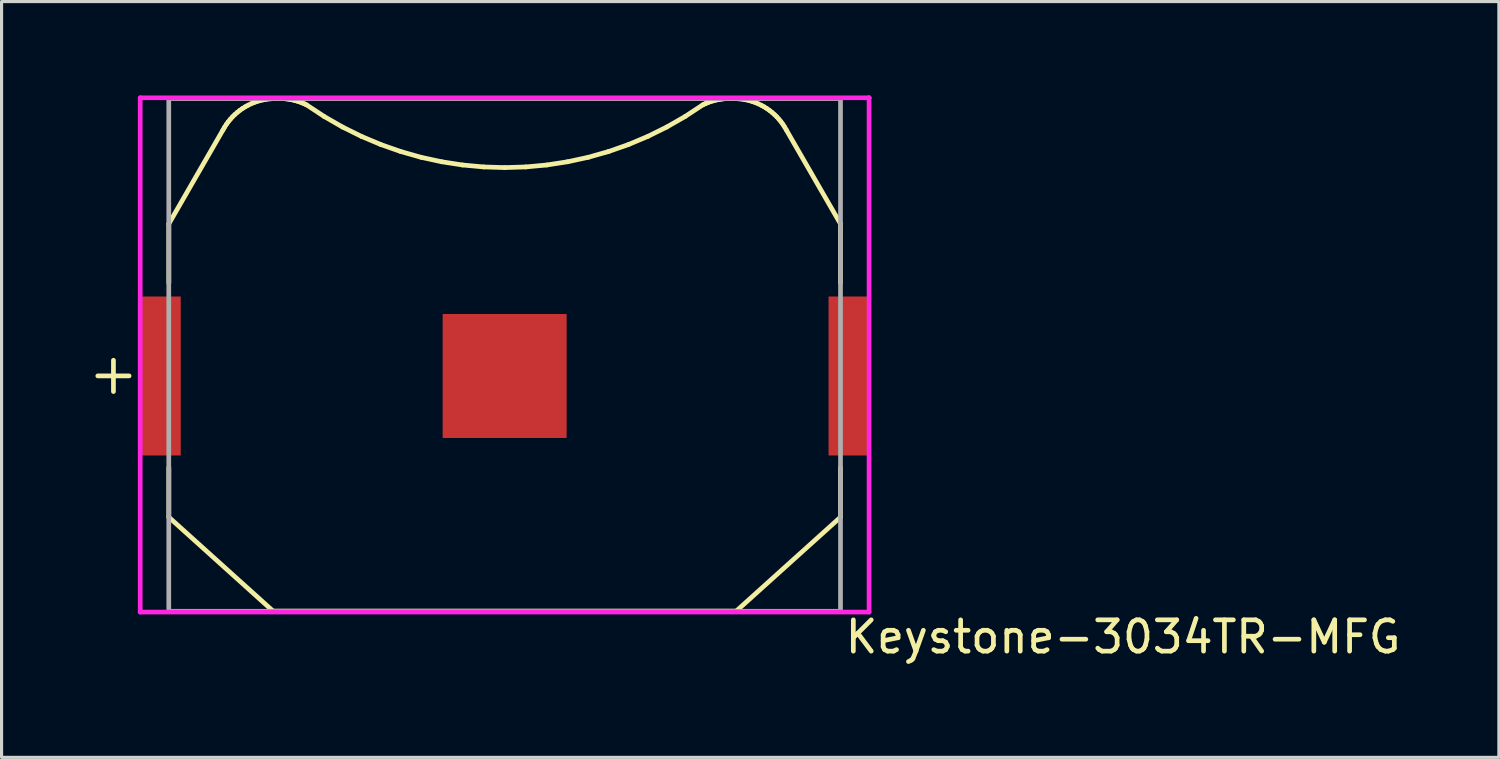
<source format=kicad_pcb>
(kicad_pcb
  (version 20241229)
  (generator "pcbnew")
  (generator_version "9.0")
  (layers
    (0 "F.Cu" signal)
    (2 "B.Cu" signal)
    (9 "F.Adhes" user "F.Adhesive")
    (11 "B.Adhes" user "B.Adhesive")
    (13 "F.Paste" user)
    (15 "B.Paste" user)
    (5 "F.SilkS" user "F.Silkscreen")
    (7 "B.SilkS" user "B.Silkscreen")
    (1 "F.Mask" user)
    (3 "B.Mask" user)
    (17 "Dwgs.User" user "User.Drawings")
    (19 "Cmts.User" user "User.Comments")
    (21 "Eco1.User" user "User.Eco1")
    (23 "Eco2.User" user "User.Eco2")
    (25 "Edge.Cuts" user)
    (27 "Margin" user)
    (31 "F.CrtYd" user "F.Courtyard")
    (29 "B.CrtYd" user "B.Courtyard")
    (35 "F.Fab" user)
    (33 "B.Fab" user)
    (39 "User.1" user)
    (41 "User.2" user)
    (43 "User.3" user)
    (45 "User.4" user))
  (footprint "Keystone-3034TR-MFG"
    (layer "F.Cu")
    (at 13.075 8.291)
    (property "Reference" "Keystone-3034TR-MFG" (at 10.805 9.01 180) (layer "F.SilkS") (effects (font (size 1 1) (thickness 0.15)) (justify left)))
    (attr through_hole)
    (fp_line (start -13 0.67) (end -12 0.67) (stroke (width 0.15) (type solid)) (layer "F.SilkS"))
    (fp_line (start -12.5 0.17) (end -12.5 1.17) (stroke (width 0.15) (type solid)) (layer "F.SilkS"))
    (fp_line (start -10.73 -4.19) (end -10.73 -2.3) (stroke (width 0.15) (type solid)) (layer "F.SilkS"))
    (fp_line (start -10.73 3.6) (end -10.73 5.185) (stroke (width 0.15) (type solid)) (layer "F.SilkS"))
    (fp_line (start -9 -7.19) (end -10.73 -4.19) (stroke (width 0.15) (type solid)) (layer "F.SilkS"))
    (fp_line (start -8.948 -7.28) (end -9 -7.19) (stroke (width 0.15) (type solid)) (layer "F.SilkS"))
    (fp_line (start -8.892 -7.367) (end -8.948 -7.28) (stroke (width 0.15) (type solid)) (layer "F.SilkS"))
    (fp_line (start -8.831 -7.451) (end -8.892 -7.367) (stroke (width 0.15) (type solid)) (layer "F.SilkS"))
    (fp_line (start -8.765 -7.531) (end -8.831 -7.451) (stroke (width 0.15) (type solid)) (layer "F.SilkS"))
    (fp_line (start -8.696 -7.608) (end -8.765 -7.531) (stroke (width 0.15) (type solid)) (layer "F.SilkS"))
    (fp_line (start -8.622 -7.68) (end -8.696 -7.608) (stroke (width 0.15) (type solid)) (layer "F.SilkS"))
    (fp_line (start -8.544 -7.749) (end -8.622 -7.68) (stroke (width 0.15) (type solid)) (layer "F.SilkS"))
    (fp_line (start -8.463 -7.813) (end -8.544 -7.749) (stroke (width 0.15) (type solid)) (layer "F.SilkS"))
    (fp_line (start -8.378 -7.873) (end -8.463 -7.813) (stroke (width 0.15) (type solid)) (layer "F.SilkS"))
    (fp_line (start -8.29 -7.928) (end -8.378 -7.873) (stroke (width 0.15) (type solid)) (layer "F.SilkS"))
    (fp_line (start -8.199 -7.978) (end -8.29 -7.928) (stroke (width 0.15) (type solid)) (layer "F.SilkS"))
    (fp_line (start -8.106 -8.023) (end -8.199 -7.978) (stroke (width 0.15) (type solid)) (layer "F.SilkS"))
    (fp_line (start -8.01 -8.063) (end -8.106 -8.023) (stroke (width 0.15) (type solid)) (layer "F.SilkS"))
    (fp_line (start -7.912 -8.098) (end -8.01 -8.063) (stroke (width 0.15) (type solid)) (layer "F.SilkS"))
    (fp_line (start -7.813 -8.127) (end -7.912 -8.098) (stroke (width 0.15) (type solid)) (layer "F.SilkS"))
    (fp_line (start -7.712 -8.151) (end -7.813 -8.127) (stroke (width 0.15) (type solid)) (layer "F.SilkS"))
    (fp_line (start -7.61 -8.169) (end -7.712 -8.151) (stroke (width 0.15) (type solid)) (layer "F.SilkS"))
    (fp_line (start -7.507 -8.182) (end -7.61 -8.169) (stroke (width 0.15) (type solid)) (layer "F.SilkS"))
    (fp_line (start -7.404 -8.189) (end -7.507 -8.182) (stroke (width 0.15) (type solid)) (layer "F.SilkS"))
    (fp_line (start -7.4 8.185) (end -10.73 5.185) (stroke (width 0.15) (type solid)) (layer "F.SilkS"))
    (fp_line (start -7.4 8.185) (end 7.4 8.185) (stroke (width 0.15) (type solid)) (layer "F.SilkS"))
    (fp_line (start -7.3 -8.19) (end -7.404 -8.189) (stroke (width 0.15) (type solid)) (layer "F.SilkS"))
    (fp_line (start -7.25 -8.192) (end -7.3 -8.19) (stroke (width 0.15) (type solid)) (layer "F.SilkS"))
    (fp_line (start -7.2 -8.193) (end -7.25 -8.192) (stroke (width 0.15) (type solid)) (layer "F.SilkS"))
    (fp_line (start -7.15 -8.193) (end -7.2 -8.193) (stroke (width 0.15) (type solid)) (layer "F.SilkS"))
    (fp_line (start -7.1 -8.192) (end -7.15 -8.193) (stroke (width 0.15) (type solid)) (layer "F.SilkS"))
    (fp_line (start -7.05 -8.189) (end -7.1 -8.192) (stroke (width 0.15) (type solid)) (layer "F.SilkS"))
    (fp_line (start -7 -8.184) (end -7.05 -8.189) (stroke (width 0.15) (type solid)) (layer "F.SilkS"))
    (fp_line (start -6.95 -8.179) (end -7 -8.184) (stroke (width 0.15) (type solid)) (layer "F.SilkS"))
    (fp_line (start -6.9 -8.172) (end -6.95 -8.179) (stroke (width 0.15) (type solid)) (layer "F.SilkS"))
    (fp_line (start -6.851 -8.164) (end -6.9 -8.172) (stroke (width 0.15) (type solid)) (layer "F.SilkS"))
    (fp_line (start -6.802 -8.154) (end -6.851 -8.164) (stroke (width 0.15) (type solid)) (layer "F.SilkS"))
    (fp_line (start -6.753 -8.144) (end -6.802 -8.154) (stroke (width 0.15) (type solid)) (layer "F.SilkS"))
    (fp_line (start -6.704 -8.132) (end -6.753 -8.144) (stroke (width 0.15) (type solid)) (layer "F.SilkS"))
    (fp_line (start -6.656 -8.118) (end -6.704 -8.132) (stroke (width 0.15) (type solid)) (layer "F.SilkS"))
    (fp_line (start -6.608 -8.104) (end -6.656 -8.118) (stroke (width 0.15) (type solid)) (layer "F.SilkS"))
    (fp_line (start -6.56 -8.088) (end -6.608 -8.104) (stroke (width 0.15) (type solid)) (layer "F.SilkS"))
    (fp_line (start -6.513 -8.071) (end -6.56 -8.088) (stroke (width 0.15) (type solid)) (layer "F.SilkS"))
    (fp_line (start -6.467 -8.052) (end -6.513 -8.071) (stroke (width 0.15) (type solid)) (layer "F.SilkS"))
    (fp_line (start -6.421 -8.033) (end -6.467 -8.052) (stroke (width 0.15) (type solid)) (layer "F.SilkS"))
    (fp_line (start -6.375 -8.012) (end -6.421 -8.033) (stroke (width 0.15) (type solid)) (layer "F.SilkS"))
    (fp_line (start -6.33 -7.99) (end -6.375 -8.012) (stroke (width 0.15) (type solid)) (layer "F.SilkS"))
    (fp_line (start -6.33 -7.99) (end -5.767 -7.619) (stroke (width 0.15) (type solid)) (layer "F.SilkS"))
    (fp_line (start -5.767 -7.619) (end -5.182 -7.283) (stroke (width 0.15) (type solid)) (layer "F.SilkS"))
    (fp_line (start -5.182 -7.283) (end -4.578 -6.984) (stroke (width 0.15) (type solid)) (layer "F.SilkS"))
    (fp_line (start -4.578 -6.984) (end -3.956 -6.722) (stroke (width 0.15) (type solid)) (layer "F.SilkS"))
    (fp_line (start -3.956 -6.722) (end -3.32 -6.499) (stroke (width 0.15) (type solid)) (layer "F.SilkS"))
    (fp_line (start -3.32 -6.499) (end -2.671 -6.315) (stroke (width 0.15) (type solid)) (layer "F.SilkS"))
    (fp_line (start -2.671 -6.315) (end -2.012 -6.172) (stroke (width 0.15) (type solid)) (layer "F.SilkS"))
    (fp_line (start -2.012 -6.172) (end -1.346 -6.069) (stroke (width 0.15) (type solid)) (layer "F.SilkS"))
    (fp_line (start -1.346 -6.069) (end -0.674 -6.007) (stroke (width 0.15) (type solid)) (layer "F.SilkS"))
    (fp_line (start -0.674 -6.007) (end 0.000001 -5.986) (stroke (width 0.15) (type solid)) (layer "F.SilkS"))
    (fp_line (start 0.000001 -5.986) (end 0.674 -6.007) (stroke (width 0.15) (type solid)) (layer "F.SilkS"))
    (fp_line (start 0.674 -6.007) (end 1.346 -6.069) (stroke (width 0.15) (type solid)) (layer "F.SilkS"))
    (fp_line (start 1.346 -6.069) (end 2.012 -6.172) (stroke (width 0.15) (type solid)) (layer "F.SilkS"))
    (fp_line (start 2.012 -6.172) (end 2.671 -6.315) (stroke (width 0.15) (type solid)) (layer "F.SilkS"))
    (fp_line (start 2.671 -6.315) (end 3.32 -6.499) (stroke (width 0.15) (type solid)) (layer "F.SilkS"))
    (fp_line (start 3.32 -6.499) (end 3.956 -6.722) (stroke (width 0.15) (type solid)) (layer "F.SilkS"))
    (fp_line (start 3.956 -6.722) (end 4.578 -6.984) (stroke (width 0.15) (type solid)) (layer "F.SilkS"))
    (fp_line (start 4.578 -6.984) (end 5.182 -7.283) (stroke (width 0.15) (type solid)) (layer "F.SilkS"))
    (fp_line (start 5.182 -7.283) (end 5.767 -7.619) (stroke (width 0.15) (type solid)) (layer "F.SilkS"))
    (fp_line (start 5.767 -7.619) (end 6.33 -7.99) (stroke (width 0.15) (type solid)) (layer "F.SilkS"))
    (fp_line (start 6.33 -7.99) (end 6.375 -8.012) (stroke (width 0.15) (type solid)) (layer "F.SilkS"))
    (fp_line (start 6.375 -8.012) (end 6.421 -8.033) (stroke (width 0.15) (type solid)) (layer "F.SilkS"))
    (fp_line (start 6.421 -8.033) (end 6.467 -8.052) (stroke (width 0.15) (type solid)) (layer "F.SilkS"))
    (fp_line (start 6.467 -8.052) (end 6.513 -8.071) (stroke (width 0.15) (type solid)) (layer "F.SilkS"))
    (fp_line (start 6.513 -8.071) (end 6.56 -8.088) (stroke (width 0.15) (type solid)) (layer "F.SilkS"))
    (fp_line (start 6.56 -8.088) (end 6.608 -8.104) (stroke (width 0.15) (type solid)) (layer "F.SilkS"))
    (fp_line (start 6.608 -8.104) (end 6.656 -8.118) (stroke (width 0.15) (type solid)) (layer "F.SilkS"))
    (fp_line (start 6.656 -8.118) (end 6.704 -8.132) (stroke (width 0.15) (type solid)) (layer "F.SilkS"))
    (fp_line (start 6.704 -8.132) (end 6.753 -8.144) (stroke (width 0.15) (type solid)) (layer "F.SilkS"))
    (fp_line (start 6.753 -8.144) (end 6.802 -8.154) (stroke (width 0.15) (type solid)) (layer "F.SilkS"))
    (fp_line (start 6.802 -8.154) (end 6.851 -8.164) (stroke (width 0.15) (type solid)) (layer "F.SilkS"))
    (fp_line (start 6.851 -8.164) (end 6.9 -8.172) (stroke (width 0.15) (type solid)) (layer "F.SilkS"))
    (fp_line (start 6.9 -8.172) (end 6.95 -8.179) (stroke (width 0.15) (type solid)) (layer "F.SilkS"))
    (fp_line (start 6.95 -8.179) (end 7 -8.184) (stroke (width 0.15) (type solid)) (layer "F.SilkS"))
    (fp_line (start 7 -8.184) (end 7.05 -8.189) (stroke (width 0.15) (type solid)) (layer "F.SilkS"))
    (fp_line (start 7.05 -8.189) (end 7.1 -8.192) (stroke (width 0.15) (type solid)) (layer "F.SilkS"))
    (fp_line (start 7.1 -8.192) (end 7.15 -8.193) (stroke (width 0.15) (type solid)) (layer "F.SilkS"))
    (fp_line (start 7.15 -8.193) (end 7.2 -8.193) (stroke (width 0.15) (type solid)) (layer "F.SilkS"))
    (fp_line (start 7.2 -8.193) (end 7.25 -8.192) (stroke (width 0.15) (type solid)) (layer "F.SilkS"))
    (fp_line (start 7.25 -8.192) (end 7.3 -8.19) (stroke (width 0.15) (type solid)) (layer "F.SilkS"))
    (fp_line (start 7.3 -8.19) (end 7.404 -8.189) (stroke (width 0.15) (type solid)) (layer "F.SilkS"))
    (fp_line (start 7.4 8.185) (end 10.73 5.185) (stroke (width 0.15) (type solid)) (layer "F.SilkS"))
    (fp_line (start 7.404 -8.189) (end 7.507 -8.182) (stroke (width 0.15) (type solid)) (layer "F.SilkS"))
    (fp_line (start 7.507 -8.182) (end 7.61 -8.169) (stroke (width 0.15) (type solid)) (layer "F.SilkS"))
    (fp_line (start 7.61 -8.169) (end 7.712 -8.151) (stroke (width 0.15) (type solid)) (layer "F.SilkS"))
    (fp_line (start 7.712 -8.151) (end 7.813 -8.127) (stroke (width 0.15) (type solid)) (layer "F.SilkS"))
    (fp_line (start 7.813 -8.127) (end 7.912 -8.098) (stroke (width 0.15) (type solid)) (layer "F.SilkS"))
    (fp_line (start 7.912 -8.098) (end 8.01 -8.063) (stroke (width 0.15) (type solid)) (layer "F.SilkS"))
    (fp_line (start 8.01 -8.063) (end 8.106 -8.023) (stroke (width 0.15) (type solid)) (layer "F.SilkS"))
    (fp_line (start 8.106 -8.023) (end 8.199 -7.978) (stroke (width 0.15) (type solid)) (layer "F.SilkS"))
    (fp_line (start 8.199 -7.978) (end 8.29 -7.928) (stroke (width 0.15) (type solid)) (layer "F.SilkS"))
    (fp_line (start 8.29 -7.928) (end 8.378 -7.873) (stroke (width 0.15) (type solid)) (layer "F.SilkS"))
    (fp_line (start 8.378 -7.873) (end 8.463 -7.813) (stroke (width 0.15) (type solid)) (layer "F.SilkS"))
    (fp_line (start 8.463 -7.813) (end 8.544 -7.749) (stroke (width 0.15) (type solid)) (layer "F.SilkS"))
    (fp_line (start 8.544 -7.749) (end 8.622 -7.68) (stroke (width 0.15) (type solid)) (layer "F.SilkS"))
    (fp_line (start 8.622 -7.68) (end 8.696 -7.608) (stroke (width 0.15) (type solid)) (layer "F.SilkS"))
    (fp_line (start 8.696 -7.608) (end 8.765 -7.531) (stroke (width 0.15) (type solid)) (layer "F.SilkS"))
    (fp_line (start 8.765 -7.531) (end 8.831 -7.451) (stroke (width 0.15) (type solid)) (layer "F.SilkS"))
    (fp_line (start 8.831 -7.451) (end 8.892 -7.367) (stroke (width 0.15) (type solid)) (layer "F.SilkS"))
    (fp_line (start 8.892 -7.367) (end 8.948 -7.28) (stroke (width 0.15) (type solid)) (layer "F.SilkS"))
    (fp_line (start 8.948 -7.28) (end 9 -7.19) (stroke (width 0.15) (type solid)) (layer "F.SilkS"))
    (fp_line (start 9 -7.19) (end 10.73 -4.19) (stroke (width 0.15) (type solid)) (layer "F.SilkS"))
    (fp_line (start 10.73 -4.19) (end 10.73 -2.3) (stroke (width 0.15) (type solid)) (layer "F.SilkS"))
    (fp_line (start 10.73 3.6) (end 10.73 5.185) (stroke (width 0.15) (type solid)) (layer "F.SilkS"))
    (fp_line (start -11.645 -8.216) (end -11.645 8.216) (stroke (width 0.15) (type solid)) (layer "F.CrtYd"))
    (fp_line (start -11.645 8.216) (end 11.645 8.216) (stroke (width 0.15) (type solid)) (layer "F.CrtYd"))
    (fp_line (start 11.645 -8.216) (end -11.645 -8.216) (stroke (width 0.15) (type solid)) (layer "F.CrtYd"))
    (fp_line (start 11.645 -8.216) (end 11.645 -8.216) (stroke (width 0.15) (type solid)) (layer "F.CrtYd"))
    (fp_line (start 11.645 8.216) (end 11.645 -8.216) (stroke (width 0.15) (type solid)) (layer "F.CrtYd"))
    (fp_line (start -10.732 -8.191) (end 10.732 -8.191) (stroke (width 0.15) (type solid)) (layer "F.Fab"))
    (fp_line (start -10.732 8.191) (end -10.732 -8.191) (stroke (width 0.15) (type solid)) (layer "F.Fab"))
    (fp_line (start 10.732 -8.191) (end 10.732 8.191) (stroke (width 0.15) (type solid)) (layer "F.Fab"))
    (fp_line (start 10.732 8.191) (end -10.732 8.191) (stroke (width 0.15) (type solid)) (layer "F.Fab"))
    (pad "1" smd rect (at 0 0.673) (size 3.962 3.962) (layers "F.Cu" "F.Mask"))
    (pad "2" smd rect (at -10.985 0.673) (size 1.27 5.08) (layers "F.Cu" "F.Mask" "F.Paste"))
    (pad "2" smd rect (at 10.985 0.673) (size 1.27 5.08) (layers "F.Cu" "F.Mask" "F.Paste")))
  (gr_rect
    (start -3 -3)
    (end 44.844 21.15)
    (stroke (width 0.1) (type default))
    (fill no)
    (layer "Edge.Cuts")))
</source>
